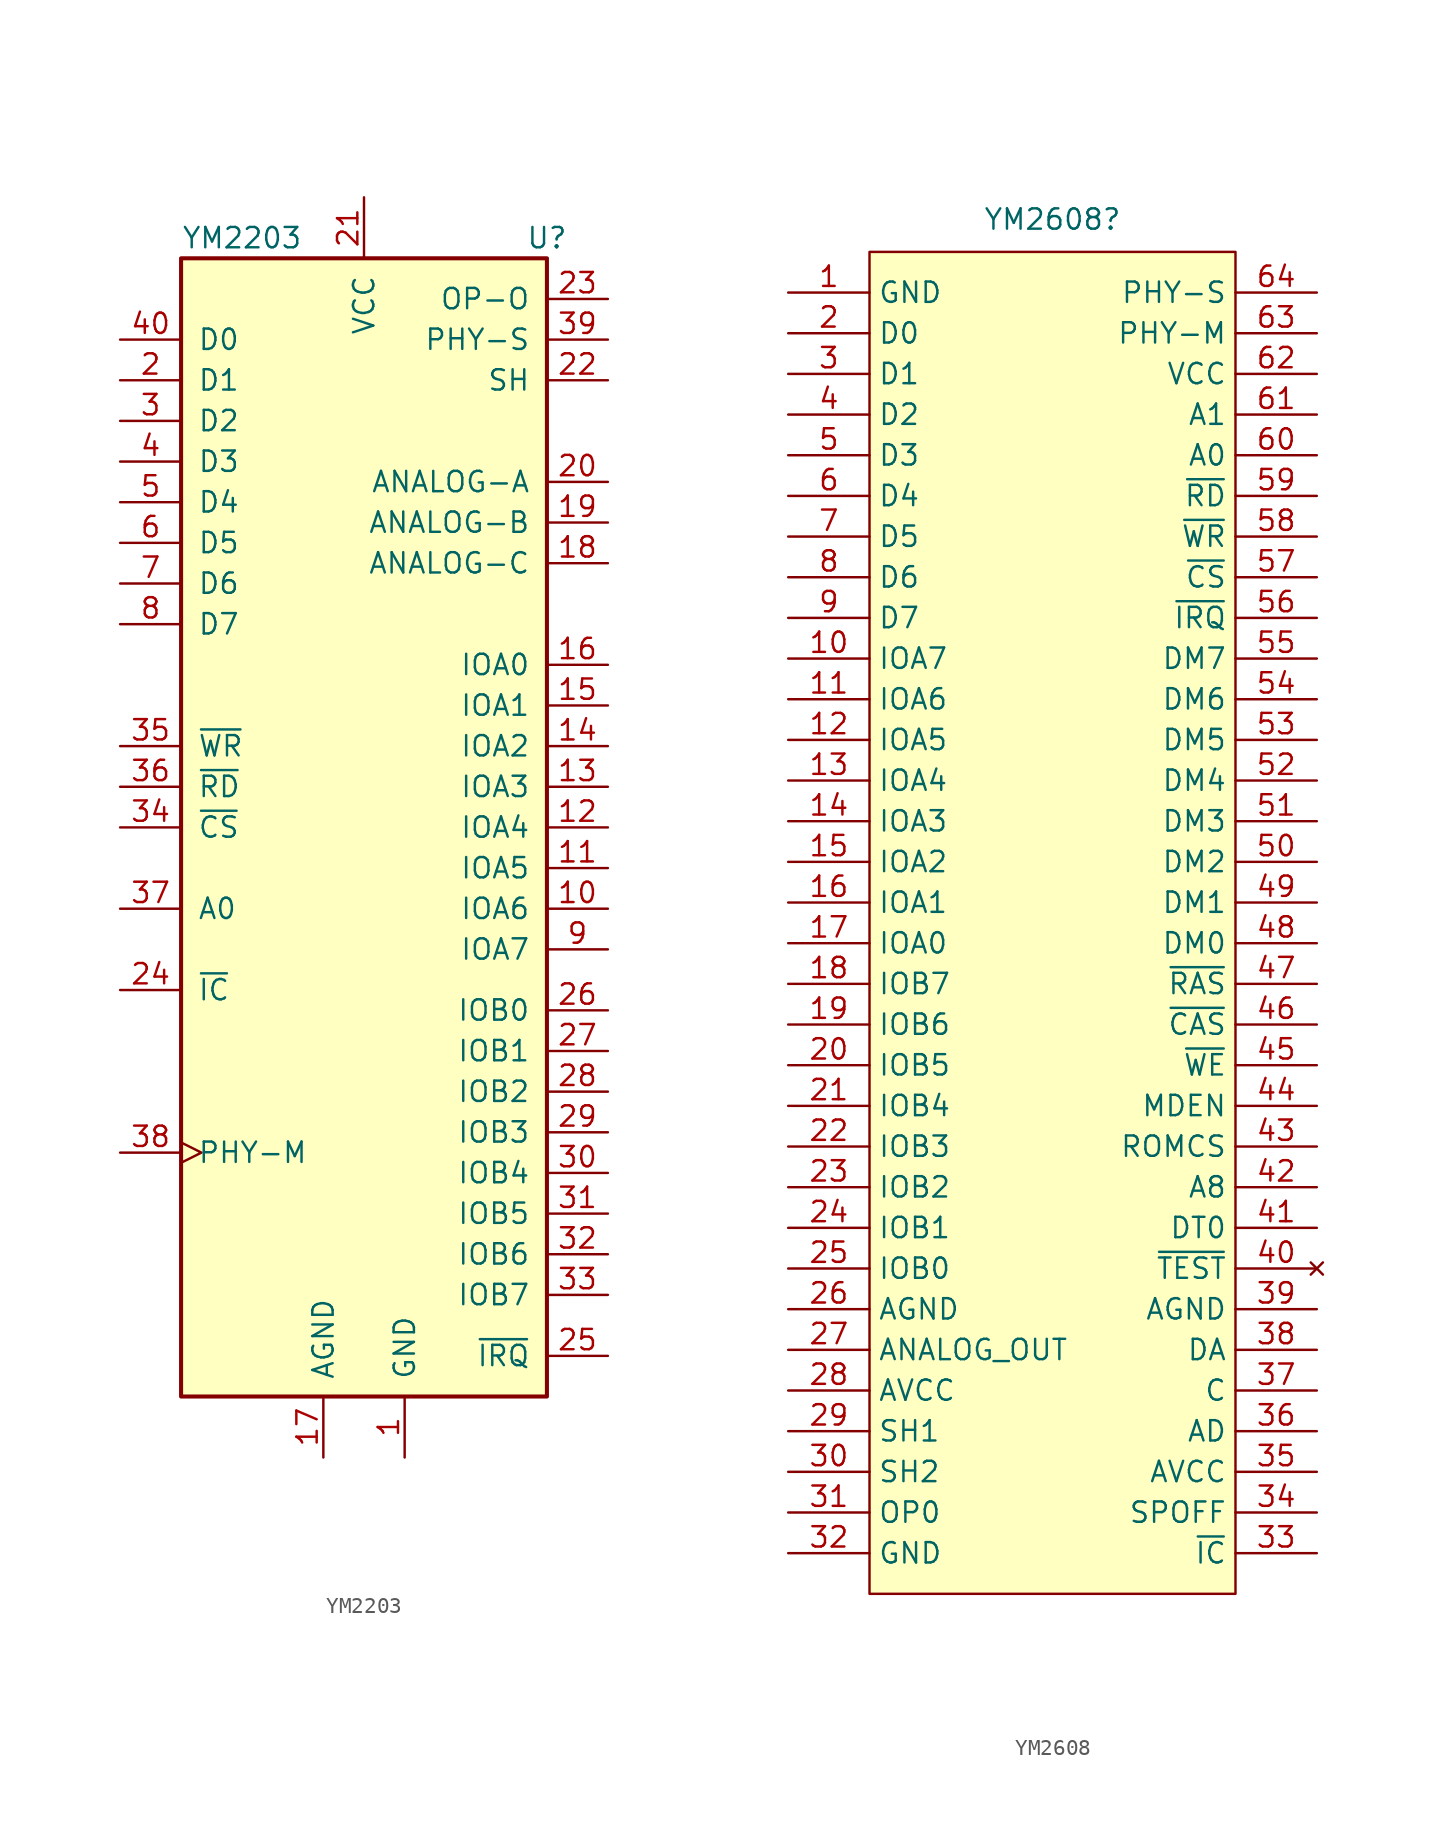
<source format=kicad_sym>
(kicad_symbol_lib
  (version 20220914)
  (generator kicad_symbol_editor)
  (symbol "YM2203"
    (pin_names
      (offset 1.016))
    (property "Reference" "U"
      (at 11.43 36.83 0)
      (effects (font (size 1.27 1.27))))
    (property "Value" "YM2203"
      (at -7.62 36.83 0)
      (effects (font (size 1.27 1.27))))
    (symbol "YM2203_0_1"
      (rectangle (start 11.43 35.56) (end -11.43 -35.56) (stroke (width 0.254) (type solid)) (fill (type background))))
    (symbol "YM2203_1_1"
      (pin power_in line (at 2.54 -39.37 90) (length 3.81) (name "GND" (effects (font (size 1.27 1.27)))) (number "1" (effects (font (size 1.27 1.27)))))
      (pin bidirectional line (at 15.24 -5.08 180) (length 3.81) (name "IOA6" (effects (font (size 1.27 1.27)))) (number "10" (effects (font (size 1.27 1.27)))))
      (pin bidirectional line (at 15.24 -2.54 180) (length 3.81) (name "IOA5" (effects (font (size 1.27 1.27)))) (number "11" (effects (font (size 1.27 1.27)))))
      (pin bidirectional line (at 15.24 0 180) (length 3.81) (name "IOA4" (effects (font (size 1.27 1.27)))) (number "12" (effects (font (size 1.27 1.27)))))
      (pin bidirectional line (at 15.24 2.54 180) (length 3.81) (name "IOA3" (effects (font (size 1.27 1.27)))) (number "13" (effects (font (size 1.27 1.27)))))
      (pin bidirectional line (at 15.24 5.08 180) (length 3.81) (name "IOA2" (effects (font (size 1.27 1.27)))) (number "14" (effects (font (size 1.27 1.27)))))
      (pin bidirectional line (at 15.24 7.62 180) (length 3.81) (name "IOA1" (effects (font (size 1.27 1.27)))) (number "15" (effects (font (size 1.27 1.27)))))
      (pin bidirectional line (at 15.24 10.16 180) (length 3.81) (name "IOA0" (effects (font (size 1.27 1.27)))) (number "16" (effects (font (size 1.27 1.27)))))
      (pin power_in line (at -2.54 -39.37 90) (length 3.81) (name "AGND" (effects (font (size 1.27 1.27)))) (number "17" (effects (font (size 1.27 1.27)))))
      (pin output line (at 15.24 16.51 180) (length 3.81) (name "ANALOG-C" (effects (font (size 1.27 1.27)))) (number "18" (effects (font (size 1.27 1.27)))))
      (pin output line (at 15.24 19.05 180) (length 3.81) (name "ANALOG-B" (effects (font (size 1.27 1.27)))) (number "19" (effects (font (size 1.27 1.27)))))
      (pin input line (at -15.24 27.94 0) (length 3.81) (name "D1" (effects (font (size 1.27 1.27)))) (number "2" (effects (font (size 1.27 1.27)))))
      (pin output line (at 15.24 21.59 180) (length 3.81) (name "ANALOG-A" (effects (font (size 1.27 1.27)))) (number "20" (effects (font (size 1.27 1.27)))))
      (pin power_in line (at 0 39.37 270) (length 3.81) (name "VCC" (effects (font (size 1.27 1.27)))) (number "21" (effects (font (size 1.27 1.27)))))
      (pin output line (at 15.24 27.94 180) (length 3.81) (name "SH" (effects (font (size 1.27 1.27)))) (number "22" (effects (font (size 1.27 1.27)))))
      (pin output line (at 15.24 33.02 180) (length 3.81) (name "OP-O" (effects (font (size 1.27 1.27)))) (number "23" (effects (font (size 1.27 1.27)))))
      (pin input line (at -15.24 -10.16 0) (length 3.81) (name "~{IC}" (effects (font (size 1.27 1.27)))) (number "24" (effects (font (size 1.27 1.27)))))
      (pin bidirectional line (at 15.24 -33.02 180) (length 3.81) (name "~{IRQ}" (effects (font (size 1.27 1.27)))) (number "25" (effects (font (size 1.27 1.27)))))
      (pin bidirectional line (at 15.24 -11.43 180) (length 3.81) (name "IOB0" (effects (font (size 1.27 1.27)))) (number "26" (effects (font (size 1.27 1.27)))))
      (pin bidirectional line (at 15.24 -13.97 180) (length 3.81) (name "IOB1" (effects (font (size 1.27 1.27)))) (number "27" (effects (font (size 1.27 1.27)))))
      (pin bidirectional line (at 15.24 -16.51 180) (length 3.81) (name "IOB2" (effects (font (size 1.27 1.27)))) (number "28" (effects (font (size 1.27 1.27)))))
      (pin bidirectional line (at 15.24 -19.05 180) (length 3.81) (name "IOB3" (effects (font (size 1.27 1.27)))) (number "29" (effects (font (size 1.27 1.27)))))
      (pin input line (at -15.24 25.4 0) (length 3.81) (name "D2" (effects (font (size 1.27 1.27)))) (number "3" (effects (font (size 1.27 1.27)))))
      (pin bidirectional line (at 15.24 -21.59 180) (length 3.81) (name "IOB4" (effects (font (size 1.27 1.27)))) (number "30" (effects (font (size 1.27 1.27)))))
      (pin bidirectional line (at 15.24 -24.13 180) (length 3.81) (name "IOB5" (effects (font (size 1.27 1.27)))) (number "31" (effects (font (size 1.27 1.27)))))
      (pin bidirectional line (at 15.24 -26.67 180) (length 3.81) (name "IOB6" (effects (font (size 1.27 1.27)))) (number "32" (effects (font (size 1.27 1.27)))))
      (pin bidirectional line (at 15.24 -29.21 180) (length 3.81) (name "IOB7" (effects (font (size 1.27 1.27)))) (number "33" (effects (font (size 1.27 1.27)))))
      (pin input line (at -15.24 0 0) (length 3.81) (name "~{CS}" (effects (font (size 1.27 1.27)))) (number "34" (effects (font (size 1.27 1.27)))))
      (pin input line (at -15.24 5.08 0) (length 3.81) (name "~{WR}" (effects (font (size 1.27 1.27)))) (number "35" (effects (font (size 1.27 1.27)))))
      (pin input line (at -15.24 2.54 0) (length 3.81) (name "~{RD}" (effects (font (size 1.27 1.27)))) (number "36" (effects (font (size 1.27 1.27)))))
      (pin input line (at -15.24 -5.08 0) (length 3.81) (name "A0" (effects (font (size 1.27 1.27)))) (number "37" (effects (font (size 1.27 1.27)))))
      (pin input clock (at -15.24 -20.32 0) (length 3.81) (name "PHY-M" (effects (font (size 1.27 1.27)))) (number "38" (effects (font (size 1.27 1.27)))))
      (pin output line (at 15.24 30.48 180) (length 3.81) (name "PHY-S" (effects (font (size 1.27 1.27)))) (number "39" (effects (font (size 1.27 1.27)))))
      (pin input line (at -15.24 22.86 0) (length 3.81) (name "D3" (effects (font (size 1.27 1.27)))) (number "4" (effects (font (size 1.27 1.27)))))
      (pin input line (at -15.24 30.48 0) (length 3.81) (name "D0" (effects (font (size 1.27 1.27)))) (number "40" (effects (font (size 1.27 1.27)))))
      (pin input line (at -15.24 20.32 0) (length 3.81) (name "D4" (effects (font (size 1.27 1.27)))) (number "5" (effects (font (size 1.27 1.27)))))
      (pin input line (at -15.24 17.78 0) (length 3.81) (name "D5" (effects (font (size 1.27 1.27)))) (number "6" (effects (font (size 1.27 1.27)))))
      (pin input line (at -15.24 15.24 0) (length 3.81) (name "D6" (effects (font (size 1.27 1.27)))) (number "7" (effects (font (size 1.27 1.27)))))
      (pin input line (at -15.24 12.7 0) (length 3.81) (name "D7" (effects (font (size 1.27 1.27)))) (number "8" (effects (font (size 1.27 1.27)))))
      (pin bidirectional line (at 15.24 -7.62 180) (length 3.81) (name "IOA7" (effects (font (size 1.27 1.27)))) (number "9" (effects (font (size 1.27 1.27)))))))
  (symbol "YM2608"
    (property "Reference" "YM2608"
      (at 0 41.402 0)
      (effects (font (size 1.27 1.27))))
    (property "Value" ""
      (at -12.192 -38.354 0)
      (effects (font (size 1.27 1.27))))
    (symbol "YM2608_0_1"
      (rectangle (start -11.43 39.37) (end 11.43 -44.45) (stroke (width 0) (type solid)) (fill (type background))))
    (symbol "YM2608_1_1"
      (pin power_in line (at -16.51 36.83 0) (length 5.08) (name "GND" (effects (font (size 1.27 1.27)))) (number "1" (effects (font (size 1.27 1.27)))))
      (pin bidirectional line (at -16.51 13.97 0) (length 5.08) (name "IOA7" (effects (font (size 1.27 1.27)))) (number "10" (effects (font (size 1.27 1.27)))))
      (pin bidirectional line (at -16.51 11.43 0) (length 5.08) (name "IOA6" (effects (font (size 1.27 1.27)))) (number "11" (effects (font (size 1.27 1.27)))))
      (pin bidirectional line (at -16.51 8.89 0) (length 5.08) (name "IOA5" (effects (font (size 1.27 1.27)))) (number "12" (effects (font (size 1.27 1.27)))))
      (pin bidirectional line (at -16.51 6.35 0) (length 5.08) (name "IOA4" (effects (font (size 1.27 1.27)))) (number "13" (effects (font (size 1.27 1.27)))))
      (pin bidirectional line (at -16.51 3.81 0) (length 5.08) (name "IOA3" (effects (font (size 1.27 1.27)))) (number "14" (effects (font (size 1.27 1.27)))))
      (pin bidirectional line (at -16.51 1.27 0) (length 5.08) (name "IOA2" (effects (font (size 1.27 1.27)))) (number "15" (effects (font (size 1.27 1.27)))))
      (pin bidirectional line (at -16.51 -1.27 0) (length 5.08) (name "IOA1" (effects (font (size 1.27 1.27)))) (number "16" (effects (font (size 1.27 1.27)))))
      (pin bidirectional line (at -16.51 -3.81 0) (length 5.08) (name "IOA0" (effects (font (size 1.27 1.27)))) (number "17" (effects (font (size 1.27 1.27)))))
      (pin bidirectional line (at -16.51 -6.35 0) (length 5.08) (name "IOB7" (effects (font (size 1.27 1.27)))) (number "18" (effects (font (size 1.27 1.27)))))
      (pin bidirectional line (at -16.51 -8.89 0) (length 5.08) (name "IOB6" (effects (font (size 1.27 1.27)))) (number "19" (effects (font (size 1.27 1.27)))))
      (pin bidirectional line (at -16.51 34.29 0) (length 5.08) (name "D0" (effects (font (size 1.27 1.27)))) (number "2" (effects (font (size 1.27 1.27)))))
      (pin bidirectional line (at -16.51 -11.43 0) (length 5.08) (name "IOB5" (effects (font (size 1.27 1.27)))) (number "20" (effects (font (size 1.27 1.27)))))
      (pin bidirectional line (at -16.51 -13.97 0) (length 5.08) (name "IOB4" (effects (font (size 1.27 1.27)))) (number "21" (effects (font (size 1.27 1.27)))))
      (pin bidirectional line (at -16.51 -16.51 0) (length 5.08) (name "IOB3" (effects (font (size 1.27 1.27)))) (number "22" (effects (font (size 1.27 1.27)))))
      (pin bidirectional line (at -16.51 -19.05 0) (length 5.08) (name "IOB2" (effects (font (size 1.27 1.27)))) (number "23" (effects (font (size 1.27 1.27)))))
      (pin bidirectional line (at -16.51 -21.59 0) (length 5.08) (name "IOB1" (effects (font (size 1.27 1.27)))) (number "24" (effects (font (size 1.27 1.27)))))
      (pin bidirectional line (at -16.51 -24.13 0) (length 5.08) (name "IOB0" (effects (font (size 1.27 1.27)))) (number "25" (effects (font (size 1.27 1.27)))))
      (pin power_in line (at -16.51 -26.67 0) (length 5.08) (name "AGND" (effects (font (size 1.27 1.27)))) (number "26" (effects (font (size 1.27 1.27)))))
      (pin output line (at -16.51 -29.21 0) (length 5.08) (name "ANALOG_OUT" (effects (font (size 1.27 1.27)))) (number "27" (effects (font (size 1.27 1.27)))))
      (pin power_in line (at -16.51 -31.75 0) (length 5.08) (name "AVCC" (effects (font (size 1.27 1.27)))) (number "28" (effects (font (size 1.27 1.27)))))
      (pin output line (at -16.51 -34.29 0) (length 5.08) (name "SH1" (effects (font (size 1.27 1.27)))) (number "29" (effects (font (size 1.27 1.27)))))
      (pin bidirectional line (at -16.51 31.75 0) (length 5.08) (name "D1" (effects (font (size 1.27 1.27)))) (number "3" (effects (font (size 1.27 1.27)))))
      (pin output line (at -16.51 -36.83 0) (length 5.08) (name "SH2" (effects (font (size 1.27 1.27)))) (number "30" (effects (font (size 1.27 1.27)))))
      (pin output line (at -16.51 -39.37 0) (length 5.08) (name "OP0" (effects (font (size 1.27 1.27)))) (number "31" (effects (font (size 1.27 1.27)))))
      (pin power_in line (at -16.51 -41.91 0) (length 5.08) (name "GND" (effects (font (size 1.27 1.27)))) (number "32" (effects (font (size 1.27 1.27)))))
      (pin input line (at 16.51 -41.91 180) (length 5.08) (name "~{IC}" (effects (font (size 1.27 1.27)))) (number "33" (effects (font (size 1.27 1.27)))))
      (pin output line (at 16.51 -39.37 180) (length 5.08) (name "SPOFF" (effects (font (size 1.27 1.27)))) (number "34" (effects (font (size 1.27 1.27)))))
      (pin power_in line (at 16.51 -36.83 180) (length 5.08) (name "AVCC" (effects (font (size 1.27 1.27)))) (number "35" (effects (font (size 1.27 1.27)))))
      (pin input line (at 16.51 -34.29 180) (length 5.08) (name "AD" (effects (font (size 1.27 1.27)))) (number "36" (effects (font (size 1.27 1.27)))))
      (pin input line (at 16.51 -31.75 180) (length 5.08) (name "C" (effects (font (size 1.27 1.27)))) (number "37" (effects (font (size 1.27 1.27)))))
      (pin input line (at 16.51 -29.21 180) (length 5.08) (name "DA" (effects (font (size 1.27 1.27)))) (number "38" (effects (font (size 1.27 1.27)))))
      (pin power_in line (at 16.51 -26.67 180) (length 5.08) (name "AGND" (effects (font (size 1.27 1.27)))) (number "39" (effects (font (size 1.27 1.27)))))
      (pin bidirectional line (at -16.51 29.21 0) (length 5.08) (name "D2" (effects (font (size 1.27 1.27)))) (number "4" (effects (font (size 1.27 1.27)))))
      (pin no_connect line (at 16.51 -24.13 180) (length 5.08) (name "~{TEST}" (effects (font (size 1.27 1.27)))) (number "40" (effects (font (size 1.27 1.27)))))
      (pin input line (at 16.51 -21.59 180) (length 5.08) (name "DT0" (effects (font (size 1.27 1.27)))) (number "41" (effects (font (size 1.27 1.27)))))
      (pin output line (at 16.51 -19.05 180) (length 5.08) (name "A8" (effects (font (size 1.27 1.27)))) (number "42" (effects (font (size 1.27 1.27)))))
      (pin output line (at 16.51 -16.51 180) (length 5.08) (name "ROMCS" (effects (font (size 1.27 1.27)))) (number "43" (effects (font (size 1.27 1.27)))))
      (pin output line (at 16.51 -13.97 180) (length 5.08) (name "MDEN" (effects (font (size 1.27 1.27)))) (number "44" (effects (font (size 1.27 1.27)))))
      (pin output line (at 16.51 -11.43 180) (length 5.08) (name "~{WE}" (effects (font (size 1.27 1.27)))) (number "45" (effects (font (size 1.27 1.27)))))
      (pin output line (at 16.51 -8.89 180) (length 5.08) (name "~{CAS}" (effects (font (size 1.27 1.27)))) (number "46" (effects (font (size 1.27 1.27)))))
      (pin output line (at 16.51 -6.35 180) (length 5.08) (name "~{RAS}" (effects (font (size 1.27 1.27)))) (number "47" (effects (font (size 1.27 1.27)))))
      (pin bidirectional line (at 16.51 -3.81 180) (length 5.08) (name "DM0" (effects (font (size 1.27 1.27)))) (number "48" (effects (font (size 1.27 1.27)))))
      (pin bidirectional line (at 16.51 -1.27 180) (length 5.08) (name "DM1" (effects (font (size 1.27 1.27)))) (number "49" (effects (font (size 1.27 1.27)))))
      (pin bidirectional line (at -16.51 26.67 0) (length 5.08) (name "D3" (effects (font (size 1.27 1.27)))) (number "5" (effects (font (size 1.27 1.27)))))
      (pin bidirectional line (at 16.51 1.27 180) (length 5.08) (name "DM2" (effects (font (size 1.27 1.27)))) (number "50" (effects (font (size 1.27 1.27)))))
      (pin bidirectional line (at 16.51 3.81 180) (length 5.08) (name "DM3" (effects (font (size 1.27 1.27)))) (number "51" (effects (font (size 1.27 1.27)))))
      (pin bidirectional line (at 16.51 6.35 180) (length 5.08) (name "DM4" (effects (font (size 1.27 1.27)))) (number "52" (effects (font (size 1.27 1.27)))))
      (pin bidirectional line (at 16.51 8.89 180) (length 5.08) (name "DM5" (effects (font (size 1.27 1.27)))) (number "53" (effects (font (size 1.27 1.27)))))
      (pin bidirectional line (at 16.51 11.43 180) (length 5.08) (name "DM6" (effects (font (size 1.27 1.27)))) (number "54" (effects (font (size 1.27 1.27)))))
      (pin bidirectional line (at 16.51 13.97 180) (length 5.08) (name "DM7" (effects (font (size 1.27 1.27)))) (number "55" (effects (font (size 1.27 1.27)))))
      (pin input line (at 16.51 16.51 180) (length 5.08) (name "~{IRQ}" (effects (font (size 1.27 1.27)))) (number "56" (effects (font (size 1.27 1.27)))))
      (pin input line (at 16.51 19.05 180) (length 5.08) (name "~{CS}" (effects (font (size 1.27 1.27)))) (number "57" (effects (font (size 1.27 1.27)))))
      (pin input line (at 16.51 21.59 180) (length 5.08) (name "~{WR}" (effects (font (size 1.27 1.27)))) (number "58" (effects (font (size 1.27 1.27)))))
      (pin input line (at 16.51 24.13 180) (length 5.08) (name "~{RD}" (effects (font (size 1.27 1.27)))) (number "59" (effects (font (size 1.27 1.27)))))
      (pin bidirectional line (at -16.51 24.13 0) (length 5.08) (name "D4" (effects (font (size 1.27 1.27)))) (number "6" (effects (font (size 1.27 1.27)))))
      (pin input line (at 16.51 26.67 180) (length 5.08) (name "A0" (effects (font (size 1.27 1.27)))) (number "60" (effects (font (size 1.27 1.27)))))
      (pin input line (at 16.51 29.21 180) (length 5.08) (name "A1" (effects (font (size 1.27 1.27)))) (number "61" (effects (font (size 1.27 1.27)))))
      (pin power_in line (at 16.51 31.75 180) (length 5.08) (name "VCC" (effects (font (size 1.27 1.27)))) (number "62" (effects (font (size 1.27 1.27)))))
      (pin input line (at 16.51 34.29 180) (length 5.08) (name "PHY-M" (effects (font (size 1.27 1.27)))) (number "63" (effects (font (size 1.27 1.27)))))
      (pin output line (at 16.51 36.83 180) (length 5.08) (name "PHY-S" (effects (font (size 1.27 1.27)))) (number "64" (effects (font (size 1.27 1.27)))))
      (pin bidirectional line (at -16.51 21.59 0) (length 5.08) (name "D5" (effects (font (size 1.27 1.27)))) (number "7" (effects (font (size 1.27 1.27)))))
      (pin bidirectional line (at -16.51 19.05 0) (length 5.08) (name "D6" (effects (font (size 1.27 1.27)))) (number "8" (effects (font (size 1.27 1.27)))))
      (pin bidirectional line (at -16.51 16.51 0) (length 5.08) (name "D7" (effects (font (size 1.27 1.27)))) (number "9" (effects (font (size 1.27 1.27))))))))
</source>
